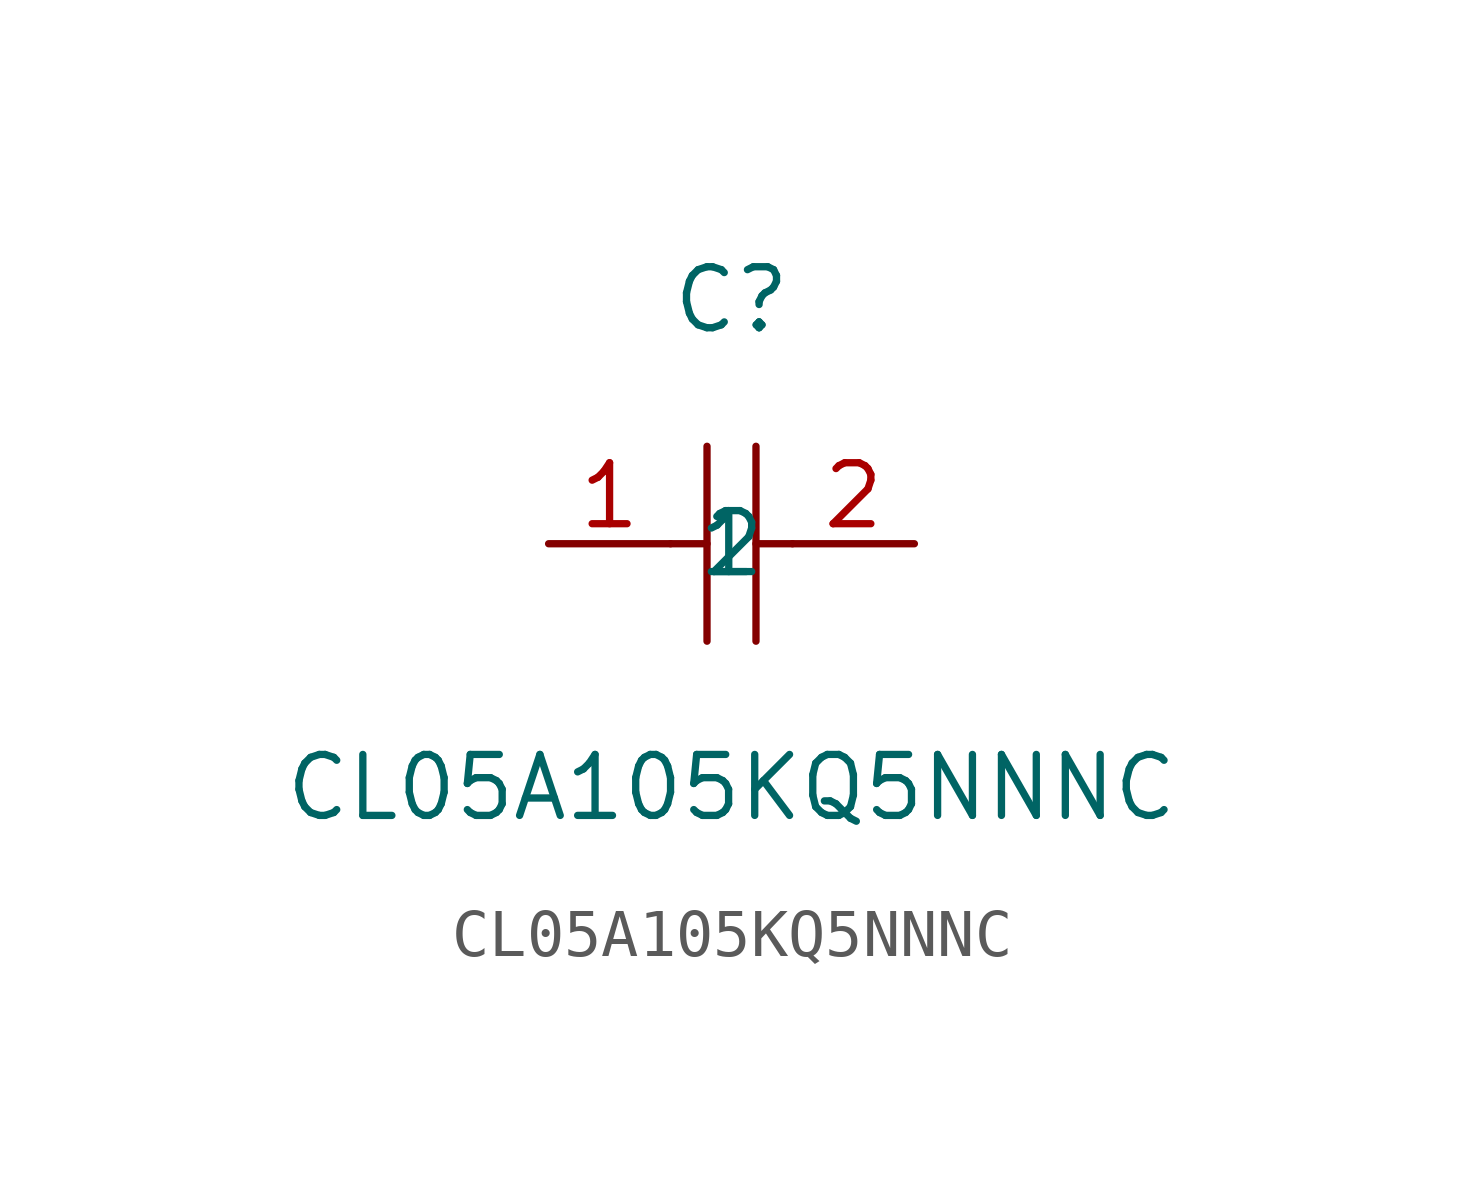
<source format=kicad_sym>
(kicad_symbol_lib
  (version 1)
  (generator "faebryk")
  (symbol "CL05A105KQ5NNNC"
    (property "Reference" "C"
      (at 0 5.08 0)
      (effects (font (size 1.27 1.27)) (hide no)))
    (property "Value" "CL05A105KQ5NNNC"
      (at 0 -5.08 0)
      (effects (font (size 1.27 1.27)) (hide no)))
    (symbol "CL05A105KQ5NNNC_0_1"
      (polyline (stroke (width 0) (type default) (color 0 0 0 0)) (fill (type none)) (pts (xy -0.51 2.03) (xy -0.51 -2.03)))
      (polyline (stroke (width 0) (type default) (color 0 0 0 0)) (fill (type none)) (pts (xy 0.51 2.03) (xy 0.51 -2.03)))
      (polyline (stroke (width 0) (type default) (color 0 0 0 0)) (fill (type none)) (pts (xy -1.27 0) (xy -0.51 0)))
      (polyline (stroke (width 0) (type default) (color 0 0 0 0)) (fill (type none)) (pts (xy 0.51 0) (xy 1.27 0)))
      (pin input line (at -3.81 0 0) (length 2.54) (name "1" (effects (font (size 1.27 1.27)) (hide no))) (number "1" (effects (font (size 1.27 1.27)) (hide no))))
      (pin input line (at 3.81 0 180) (length 2.54) (name "2" (effects (font (size 1.27 1.27)) (hide no))) (number "2" (effects (font (size 1.27 1.27)) (hide no)))))))
</source>
